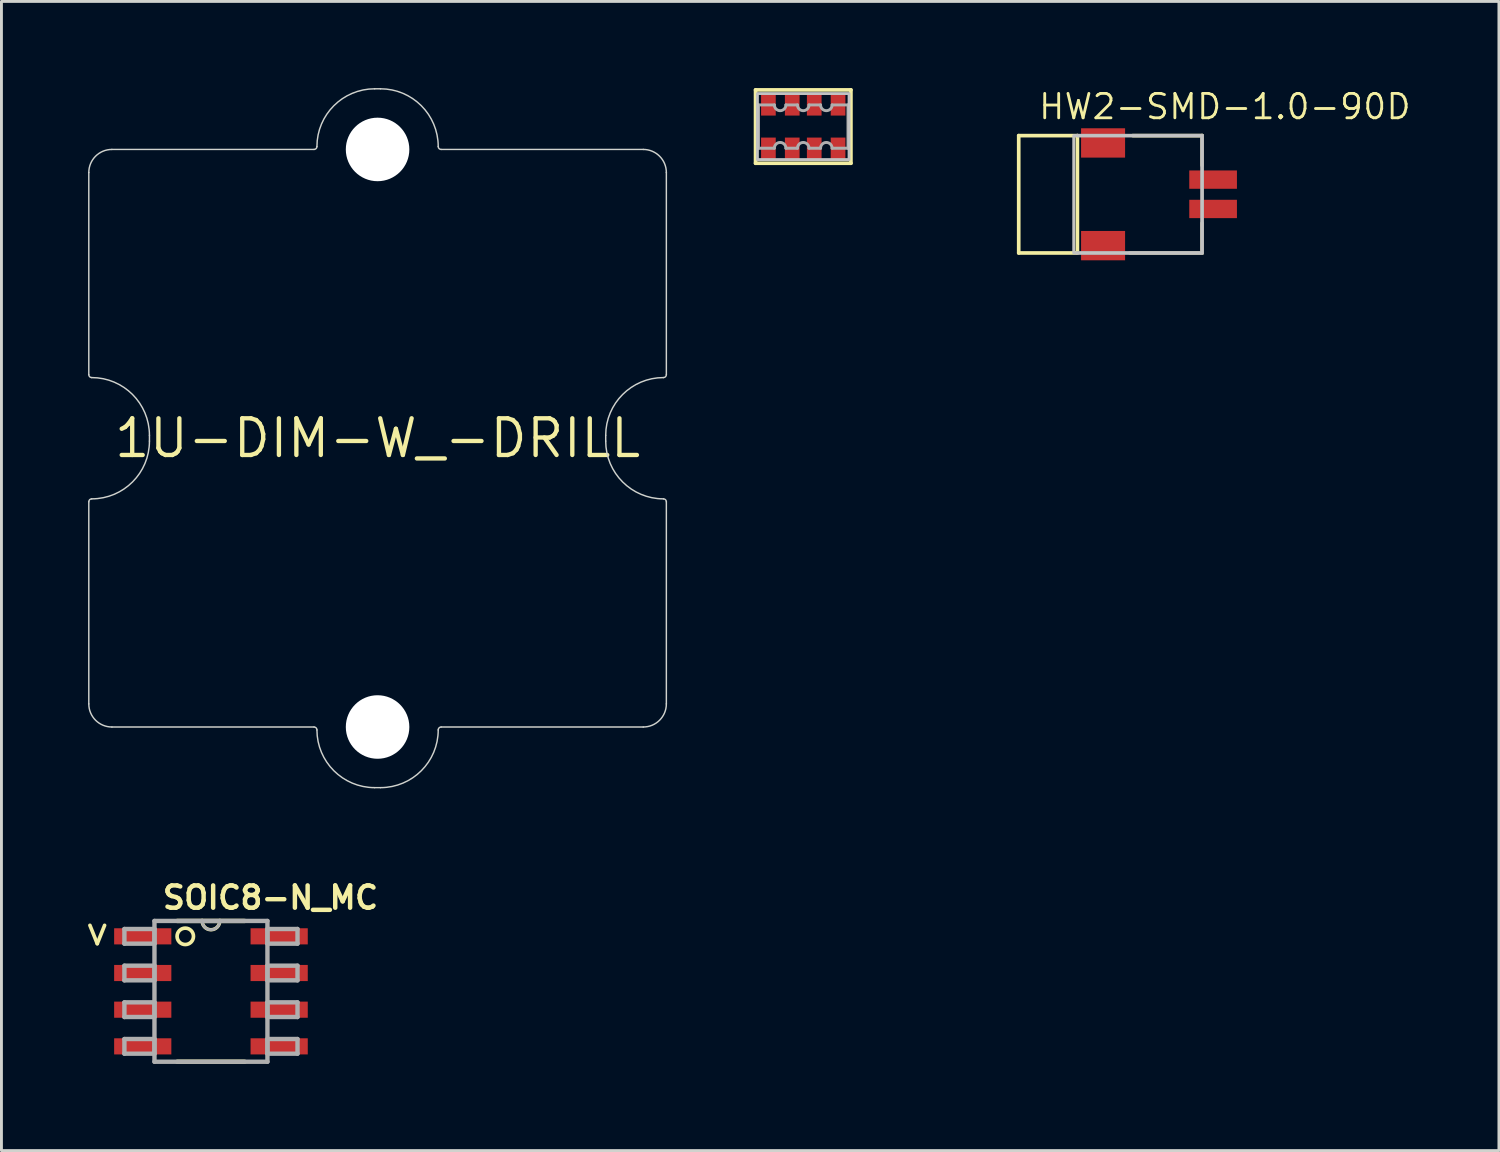
<source format=kicad_pcb>
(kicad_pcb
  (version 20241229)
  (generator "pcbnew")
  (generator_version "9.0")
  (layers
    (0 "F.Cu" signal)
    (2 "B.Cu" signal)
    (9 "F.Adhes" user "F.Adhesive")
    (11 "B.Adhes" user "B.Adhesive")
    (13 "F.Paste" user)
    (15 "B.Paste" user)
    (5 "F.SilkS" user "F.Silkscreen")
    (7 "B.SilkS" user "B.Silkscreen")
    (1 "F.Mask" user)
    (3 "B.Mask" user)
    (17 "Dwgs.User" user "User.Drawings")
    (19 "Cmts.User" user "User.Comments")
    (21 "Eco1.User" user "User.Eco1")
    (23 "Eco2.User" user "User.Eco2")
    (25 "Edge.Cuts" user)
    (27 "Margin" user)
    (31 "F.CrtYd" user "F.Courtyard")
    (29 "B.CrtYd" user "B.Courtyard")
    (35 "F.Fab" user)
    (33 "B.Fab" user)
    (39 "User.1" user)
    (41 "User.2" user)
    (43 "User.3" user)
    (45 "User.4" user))
  (footprint "1206-8-3.3X2.4"
    (layer "F.Cu")
    (at 24.765 1.333)
    (property "Reference" "1206-8-3.3X2.4" (at -1.27 0 180) (layer "F.Mask") (effects (font (size 0.434 0.434) (thickness 0.043)) (justify left bottom)))
    (attr through_hole)
    (fp_line (start -1.651 -1.27) (end 1.651 -1.27) (stroke (width 0.127) (type solid)) (layer "F.SilkS"))
    (fp_line (start -1.651 1.27) (end -1.651 -1.27) (stroke (width 0.127) (type solid)) (layer "F.SilkS"))
    (fp_line (start 1.651 -1.27) (end 1.651 1.27) (stroke (width 0.127) (type solid)) (layer "F.SilkS"))
    (fp_line (start 1.651 1.27) (end -1.651 1.27) (stroke (width 0.127) (type solid)) (layer "F.SilkS"))
    (fp_poly (pts (xy -1.587 1.143) (xy 1.587 1.143) (xy 1.587 -1.143) (xy -1.587 -1.143)) (stroke (width 0.1) (type solid)) (fill no) (layer "Dwgs.User"))
    (fp_line (start -1.55 -0.75) (end -1 -0.75) (stroke (width 0.102) (type solid)) (layer "F.Fab"))
    (fp_line (start -1.55 0.75) (end -1.55 -0.75) (stroke (width 0.102) (type solid)) (layer "F.Fab"))
    (fp_line (start -1 0.75) (end -1.55 0.75) (stroke (width 0.102) (type solid)) (layer "F.Fab"))
    (fp_line (start -0.6 -0.75) (end -0.2 -0.75) (stroke (width 0.102) (type solid)) (layer "F.Fab"))
    (fp_line (start -0.2 0.75) (end -0.6 0.75) (stroke (width 0.102) (type solid)) (layer "F.Fab"))
    (fp_line (start 0.2 -0.75) (end 0.6 -0.75) (stroke (width 0.102) (type solid)) (layer "F.Fab"))
    (fp_line (start 0.6 0.75) (end 0.2 0.75) (stroke (width 0.102) (type solid)) (layer "F.Fab"))
    (fp_line (start 1 -0.75) (end 1.55 -0.75) (stroke (width 0.102) (type solid)) (layer "F.Fab"))
    (fp_line (start 1.55 -0.75) (end 1.55 0.75) (stroke (width 0.102) (type solid)) (layer "F.Fab"))
    (fp_line (start 1.55 0.75) (end 1 0.75) (stroke (width 0.102) (type solid)) (layer "F.Fab"))
    (fp_arc (start -1 0.75) (mid -0.8 0.55) (end -0.6 0.75) (stroke (width 0.1016) (type solid)) (layer "F.Fab"))
    (fp_arc (start -0.6 -0.75) (mid -0.8 -0.55) (end -1 -0.75) (stroke (width 0.1016) (type solid)) (layer "F.Fab"))
    (fp_arc (start -0.2 0.75) (mid 0 0.55) (end 0.2 0.75) (stroke (width 0.1016) (type solid)) (layer "F.Fab"))
    (fp_arc (start 0.2 -0.75) (mid 0 -0.55) (end -0.2 -0.75) (stroke (width 0.1016) (type solid)) (layer "F.Fab"))
    (fp_arc (start 0.6 0.75) (mid 0.8 0.55) (end 1 0.75) (stroke (width 0.1016) (type solid)) (layer "F.Fab"))
    (fp_arc (start 1 -0.75) (mid 0.8 -0.55) (end 0.6 -0.75) (stroke (width 0.1016) (type solid)) (layer "F.Fab"))
    (pad "1" smd rect (at -1.206 0.762) (size 0.508 0.762) (layers "F.Cu" "F.Mask" "F.Paste"))
    (pad "2" smd rect (at -0.381 0.762) (size 0.508 0.762) (layers "F.Cu" "F.Mask" "F.Paste"))
    (pad "3" smd rect (at 0.381 0.762) (size 0.508 0.762) (layers "F.Cu" "F.Mask" "F.Paste"))
    (pad "4" smd rect (at 1.206 0.762) (size 0.508 0.762) (layers "F.Cu" "F.Mask" "F.Paste"))
    (pad "5" smd rect (at 1.206 -0.762) (size 0.508 0.762) (layers "F.Cu" "F.Mask" "F.Paste"))
    (pad "6" smd rect (at 0.381 -0.762) (size 0.508 0.762) (layers "F.Cu" "F.Mask" "F.Paste"))
    (pad "7" smd rect (at -0.381 -0.762) (size 0.508 0.762) (layers "F.Cu" "F.Mask" "F.Paste"))
    (pad "8" smd rect (at -1.206 -0.762) (size 0.508 0.762) (layers "F.Cu" "F.Mask" "F.Paste")))
  (footprint "1U-DIM-W_-DRILL"
    (layer "F.Cu")
    (at 10.025 12.125)
    (property "Reference" "1U-DIM-W_-DRILL" (at 0 0 0) (layer "F.SilkS") (effects (font (size 1.27 1.27) (thickness 0.15))))
    (attr through_hole)
    (fp_line (start -10 -9.2) (end -10 -2.2) (stroke (width 0.05) (type solid)) (layer "Edge.Cuts"))
    (fp_line (start -10 2.2) (end -10 9.2) (stroke (width 0.05) (type solid)) (layer "Edge.Cuts"))
    (fp_line (start -9.2 10) (end -2.2 10) (stroke (width 0.05) (type solid)) (layer "Edge.Cuts"))
    (fp_line (start -7.9 -0.1) (end -7.9 0.1) (stroke (width 0.05) (type solid)) (layer "Edge.Cuts"))
    (fp_line (start -2.2 -10) (end -9.2 -10) (stroke (width 0.05) (type solid)) (layer "Edge.Cuts"))
    (fp_line (start -0.1 12.1) (end 0.1 12.1) (stroke (width 0.05) (type solid)) (layer "Edge.Cuts"))
    (fp_line (start 0.1 -12.1) (end -0.1 -12.1) (stroke (width 0.05) (type solid)) (layer "Edge.Cuts"))
    (fp_line (start 2.2 -10) (end 9.2 -10) (stroke (width 0.05) (type solid)) (layer "Edge.Cuts"))
    (fp_line (start 2.2 10) (end 9.2 10) (stroke (width 0.05) (type solid)) (layer "Edge.Cuts"))
    (fp_line (start 7.9 0.1) (end 7.9 -0.1) (stroke (width 0.05) (type solid)) (layer "Edge.Cuts"))
    (fp_line (start 10 -9.2) (end 10 -2.2) (stroke (width 0.05) (type solid)) (layer "Edge.Cuts"))
    (fp_line (start 10 9.2) (end 10 2.2) (stroke (width 0.05) (type solid)) (layer "Edge.Cuts"))
    (fp_arc (start -10 -9.2) (mid -9.765685 -9.765685) (end -9.2 -10) (stroke (width 0.05) (type solid)) (layer "Edge.Cuts"))
    (fp_arc (start -10 2.2) (mid -9.970711 2.129289) (end -9.9 2.1) (stroke (width 0.05) (type solid)) (layer "Edge.Cuts"))
    (fp_arc (start -9.9 -2.1) (mid -9.970711 -2.129289) (end -10 -2.2) (stroke (width 0.05) (type solid)) (layer "Edge.Cuts"))
    (fp_arc (start -9.9 -2.1) (mid -8.485786 -1.514213) (end -7.899999 -0.099999) (stroke (width 0.05) (type solid)) (layer "Edge.Cuts"))
    (fp_arc (start -9.2 10) (mid -9.765685 9.765685) (end -10 9.2) (stroke (width 0.05) (type solid)) (layer "Edge.Cuts"))
    (fp_arc (start -7.9 0.1) (mid -8.485787 1.514213) (end -9.900001 2.099999) (stroke (width 0.05) (type solid)) (layer "Edge.Cuts"))
    (fp_arc (start -2.2 10) (mid -2.129289 10.029289) (end -2.1 10.1) (stroke (width 0.05) (type solid)) (layer "Edge.Cuts"))
    (fp_arc (start -2.1 -10.1) (mid -2.129289 -10.029289) (end -2.2 -10) (stroke (width 0.05) (type solid)) (layer "Edge.Cuts"))
    (fp_arc (start -2.099999 -10.099999) (mid -1.514213 -11.514213) (end -0.1 -12.1) (stroke (width 0.05) (type solid)) (layer "Edge.Cuts"))
    (fp_arc (start -0.099999 12.100001) (mid -1.514213 11.514214) (end -2.1 10.1) (stroke (width 0.05) (type solid)) (layer "Edge.Cuts"))
    (fp_arc (start 0.099999 -12.100001) (mid 1.514213 -11.514214) (end 2.1 -10.1) (stroke (width 0.05) (type solid)) (layer "Edge.Cuts"))
    (fp_arc (start 2.099999 10.099999) (mid 1.514213 11.514213) (end 0.1 12.1) (stroke (width 0.05) (type solid)) (layer "Edge.Cuts"))
    (fp_arc (start 2.1 10.1) (mid 2.129289 10.029289) (end 2.2 10) (stroke (width 0.05) (type solid)) (layer "Edge.Cuts"))
    (fp_arc (start 2.2 -10) (mid 2.129289 -10.029289) (end 2.1 -10.1) (stroke (width 0.05) (type solid)) (layer "Edge.Cuts"))
    (fp_arc (start 7.9 -0.1) (mid 8.485787 -1.514213) (end 9.900001 -2.099999) (stroke (width 0.05) (type solid)) (layer "Edge.Cuts"))
    (fp_arc (start 9.2 -10) (mid 9.765685 -9.765685) (end 10 -9.2) (stroke (width 0.05) (type solid)) (layer "Edge.Cuts"))
    (fp_arc (start 9.9 2.1) (mid 8.485786 1.514213) (end 7.899999 0.099999) (stroke (width 0.05) (type solid)) (layer "Edge.Cuts"))
    (fp_arc (start 9.9 2.1) (mid 9.970711 2.129289) (end 10 2.2) (stroke (width 0.05) (type solid)) (layer "Edge.Cuts"))
    (fp_arc (start 10 -2.2) (mid 9.970711 -2.129289) (end 9.9 -2.1) (stroke (width 0.05) (type solid)) (layer "Edge.Cuts"))
    (fp_arc (start 10 9.2) (mid 9.765685 9.765685) (end 9.2 10) (stroke (width 0.05) (type solid)) (layer "Edge.Cuts"))
    (pad "" np_thru_hole circle (at 0 -10) (size 2.2 2.2) (drill 2.2) (layers "*.Cu" "*.Mask"))
    (pad "" np_thru_hole circle (at 0 10) (size 2.2 2.2) (drill 2.2) (layers "*.Cu" "*.Mask")))
  (footprint "SOIC8-N_MC"
    (layer "F.Cu")
    (at 4.255 31.279)
    (property "Reference" "SOIC8-N_MC" (at -1.753 -2.794 0) (layer "F.SilkS") (effects (font (size 0.772 0.772) (thickness 0.154)) (justify left bottom)))
    (attr through_hole)
    (fp_line (start -3.937 -1.651) (end -4.191 -2.286) (stroke (width 0.127) (type solid)) (layer "F.SilkS"))
    (fp_line (start -3.683 -2.286) (end -3.937 -1.651) (stroke (width 0.127) (type solid)) (layer "F.SilkS"))
    (fp_line (start -1.168 2.438) (end 1.168 2.438) (stroke (width 0.152) (type solid)) (layer "F.SilkS"))
    (fp_line (start -0.305 -2.438) (end -1.168 -2.438) (stroke (width 0.152) (type solid)) (layer "F.SilkS"))
    (fp_line (start 0.305 -2.438) (end -0.305 -2.438) (stroke (width 0.152) (type solid)) (layer "F.SilkS"))
    (fp_line (start 1.168 -2.438) (end 0.305 -2.438) (stroke (width 0.152) (type solid)) (layer "F.SilkS"))
    (fp_arc (start 0.3048 -2.4384) (mid 0 -2.1336) (end -0.3048 -2.4384) (stroke (width 0.12) (type solid)) (layer "F.SilkS"))
    (fp_circle (center -0.889 -1.905) (end -0.605 -1.905) (stroke (width 0.127) (type solid)) (fill no) (layer "F.SilkS"))
    (fp_line (start -2.997 -2.159) (end -2.997 -1.651) (stroke (width 0.152) (type solid)) (layer "F.Fab"))
    (fp_line (start -2.997 -1.651) (end -1.956 -1.651) (stroke (width 0.152) (type solid)) (layer "F.Fab"))
    (fp_line (start -2.997 -0.889) (end -2.997 -0.381) (stroke (width 0.152) (type solid)) (layer "F.Fab"))
    (fp_line (start -2.997 -0.381) (end -1.956 -0.381) (stroke (width 0.152) (type solid)) (layer "F.Fab"))
    (fp_line (start -2.997 0.381) (end -2.997 0.889) (stroke (width 0.152) (type solid)) (layer "F.Fab"))
    (fp_line (start -2.997 0.889) (end -1.956 0.889) (stroke (width 0.152) (type solid)) (layer "F.Fab"))
    (fp_line (start -2.997 1.651) (end -2.997 2.159) (stroke (width 0.152) (type solid)) (layer "F.Fab"))
    (fp_line (start -2.997 2.159) (end -1.956 2.159) (stroke (width 0.152) (type solid)) (layer "F.Fab"))
    (fp_line (start -1.956 -2.438) (end -1.956 2.438) (stroke (width 0.152) (type solid)) (layer "F.Fab"))
    (fp_line (start -1.956 -2.159) (end -2.997 -2.159) (stroke (width 0.152) (type solid)) (layer "F.Fab"))
    (fp_line (start -1.956 -1.651) (end -1.956 -2.159) (stroke (width 0.152) (type solid)) (layer "F.Fab"))
    (fp_line (start -1.956 -0.889) (end -2.997 -0.889) (stroke (width 0.152) (type solid)) (layer "F.Fab"))
    (fp_line (start -1.956 -0.381) (end -1.956 -0.889) (stroke (width 0.152) (type solid)) (layer "F.Fab"))
    (fp_line (start -1.956 0.381) (end -2.997 0.381) (stroke (width 0.152) (type solid)) (layer "F.Fab"))
    (fp_line (start -1.956 0.889) (end -1.956 0.381) (stroke (width 0.152) (type solid)) (layer "F.Fab"))
    (fp_line (start -1.956 1.651) (end -2.997 1.651) (stroke (width 0.152) (type solid)) (layer "F.Fab"))
    (fp_line (start -1.956 2.159) (end -1.956 1.651) (stroke (width 0.152) (type solid)) (layer "F.Fab"))
    (fp_line (start -1.956 2.438) (end 1.956 2.438) (stroke (width 0.152) (type solid)) (layer "F.Fab"))
    (fp_line (start -0.305 -2.438) (end -1.956 -2.438) (stroke (width 0.152) (type solid)) (layer "F.Fab"))
    (fp_line (start 0.305 -2.438) (end -0.305 -2.438) (stroke (width 0.152) (type solid)) (layer "F.Fab"))
    (fp_line (start 1.956 -2.438) (end 0.305 -2.438) (stroke (width 0.152) (type solid)) (layer "F.Fab"))
    (fp_line (start 1.956 -2.159) (end 1.956 -1.651) (stroke (width 0.152) (type solid)) (layer "F.Fab"))
    (fp_line (start 1.956 -1.651) (end 2.997 -1.651) (stroke (width 0.152) (type solid)) (layer "F.Fab"))
    (fp_line (start 1.956 -0.889) (end 1.956 -0.381) (stroke (width 0.152) (type solid)) (layer "F.Fab"))
    (fp_line (start 1.956 -0.381) (end 2.997 -0.381) (stroke (width 0.152) (type solid)) (layer "F.Fab"))
    (fp_line (start 1.956 0.381) (end 1.956 0.889) (stroke (width 0.152) (type solid)) (layer "F.Fab"))
    (fp_line (start 1.956 0.889) (end 2.997 0.889) (stroke (width 0.152) (type solid)) (layer "F.Fab"))
    (fp_line (start 1.956 1.651) (end 1.956 2.159) (stroke (width 0.152) (type solid)) (layer "F.Fab"))
    (fp_line (start 1.956 2.159) (end 2.997 2.159) (stroke (width 0.152) (type solid)) (layer "F.Fab"))
    (fp_line (start 1.956 2.438) (end 1.956 -2.438) (stroke (width 0.152) (type solid)) (layer "F.Fab"))
    (fp_line (start 2.997 -2.159) (end 1.956 -2.159) (stroke (width 0.152) (type solid)) (layer "F.Fab"))
    (fp_line (start 2.997 -1.651) (end 2.997 -2.159) (stroke (width 0.152) (type solid)) (layer "F.Fab"))
    (fp_line (start 2.997 -0.889) (end 1.956 -0.889) (stroke (width 0.152) (type solid)) (layer "F.Fab"))
    (fp_line (start 2.997 -0.381) (end 2.997 -0.889) (stroke (width 0.152) (type solid)) (layer "F.Fab"))
    (fp_line (start 2.997 0.381) (end 1.956 0.381) (stroke (width 0.152) (type solid)) (layer "F.Fab"))
    (fp_line (start 2.997 0.889) (end 2.997 0.381) (stroke (width 0.152) (type solid)) (layer "F.Fab"))
    (fp_line (start 2.997 1.651) (end 1.956 1.651) (stroke (width 0.152) (type solid)) (layer "F.Fab"))
    (fp_line (start 2.997 2.159) (end 2.997 1.651) (stroke (width 0.152) (type solid)) (layer "F.Fab"))
    (fp_arc (start 0.3048 -2.4384) (mid 0 -2.1336) (end -0.3048 -2.4384) (stroke (width 0.1) (type solid)) (layer "F.Fab"))
    (pad "1" smd rect (at -2.362 -1.905) (size 1.981 0.559) (layers "F.Cu" "F.Mask" "F.Paste"))
    (pad "2" smd rect (at -2.362 -0.635) (size 1.981 0.559) (layers "F.Cu" "F.Mask" "F.Paste"))
    (pad "3" smd rect (at -2.362 0.635) (size 1.981 0.559) (layers "F.Cu" "F.Mask" "F.Paste"))
    (pad "4" smd rect (at -2.362 1.905) (size 1.981 0.559) (layers "F.Cu" "F.Mask" "F.Paste"))
    (pad "5" smd rect (at 2.362 1.905) (size 1.981 0.559) (layers "F.Cu" "F.Mask" "F.Paste"))
    (pad "6" smd rect (at 2.362 0.635) (size 1.981 0.559) (layers "F.Cu" "F.Mask" "F.Paste"))
    (pad "7" smd rect (at 2.362 -0.635) (size 1.981 0.559) (layers "F.Cu" "F.Mask" "F.Paste"))
    (pad "8" smd rect (at 2.362 -1.905) (size 1.981 0.559) (layers "F.Cu" "F.Mask" "F.Paste")))
  (footprint "HW2-SMD-1.0-90D"
    (layer "F.Cu")
    (at 38.577 3.678)
    (property "Reference" "HW2-SMD-1.0-90D" (at -5.715 -2.54 0) (layer "F.SilkS") (effects (font (size 0.845 0.845) (thickness 0.098)) (justify left bottom)))
    (attr through_hole)
    (fp_line (start -6.35 -2.032) (end -6.35 2.032) (stroke (width 0.127) (type solid)) (layer "F.SilkS"))
    (fp_line (start -6.35 2.032) (end -4.318 2.032) (stroke (width 0.127) (type solid)) (layer "F.SilkS"))
    (fp_line (start -4.318 -2.032) (end -6.35 -2.032) (stroke (width 0.127) (type solid)) (layer "F.SilkS"))
    (fp_line (start -4.318 2.032) (end -4.318 -2.032) (stroke (width 0.127) (type solid)) (layer "F.SilkS"))
    (fp_line (start -2.5 2.032) (end 0 2.032) (stroke (width 0.127) (type solid)) (layer "F.SilkS"))
    (fp_line (start -2.4 -2.032) (end 0 -2.032) (stroke (width 0.127) (type solid)) (layer "F.SilkS"))
    (fp_line (start 0 -2.032) (end 0 -1) (stroke (width 0.127) (type solid)) (layer "F.SilkS"))
    (fp_line (start 0 2.032) (end 0 1) (stroke (width 0.127) (type solid)) (layer "F.SilkS"))
    (fp_poly (pts (xy -4.445 2.032) (xy 0 2.032) (xy 0 -2.032) (xy -4.445 -2.032)) (stroke (width 0.1) (type solid)) (fill no) (layer "Dwgs.User"))
    (fp_line (start -4.318 -2.032) (end 0 -2.032) (stroke (width 0.127) (type solid)) (layer "F.Fab"))
    (fp_line (start 0 -2.032) (end 0 2.032) (stroke (width 0.127) (type solid)) (layer "F.Fab"))
    (fp_line (start 0 2.032) (end -4.318 2.032) (stroke (width 0.127) (type solid)) (layer "F.Fab"))
    (pad "+" smd rect (at 0.381 -0.508) (size 1.651 0.635) (layers "F.Cu" "F.Mask" "F.Paste"))
    (pad "-" smd rect (at 0.381 0.508) (size 1.651 0.635) (layers "F.Cu" "F.Mask" "F.Paste"))
    (pad "3" smd rect (at -3.429 -1.778) (size 1.524 1.016) (layers "F.Cu" "F.Mask" "F.Paste"))
    (pad "4" smd rect (at -3.429 1.778) (size 1.524 1.016) (layers "F.Cu" "F.Mask" "F.Paste")))
  (gr_rect
    (start -3 -3)
    (end 48.856 36.794)
    (stroke (width 0.1) (type default))
    (fill no)
    (layer "Edge.Cuts")))
</source>
